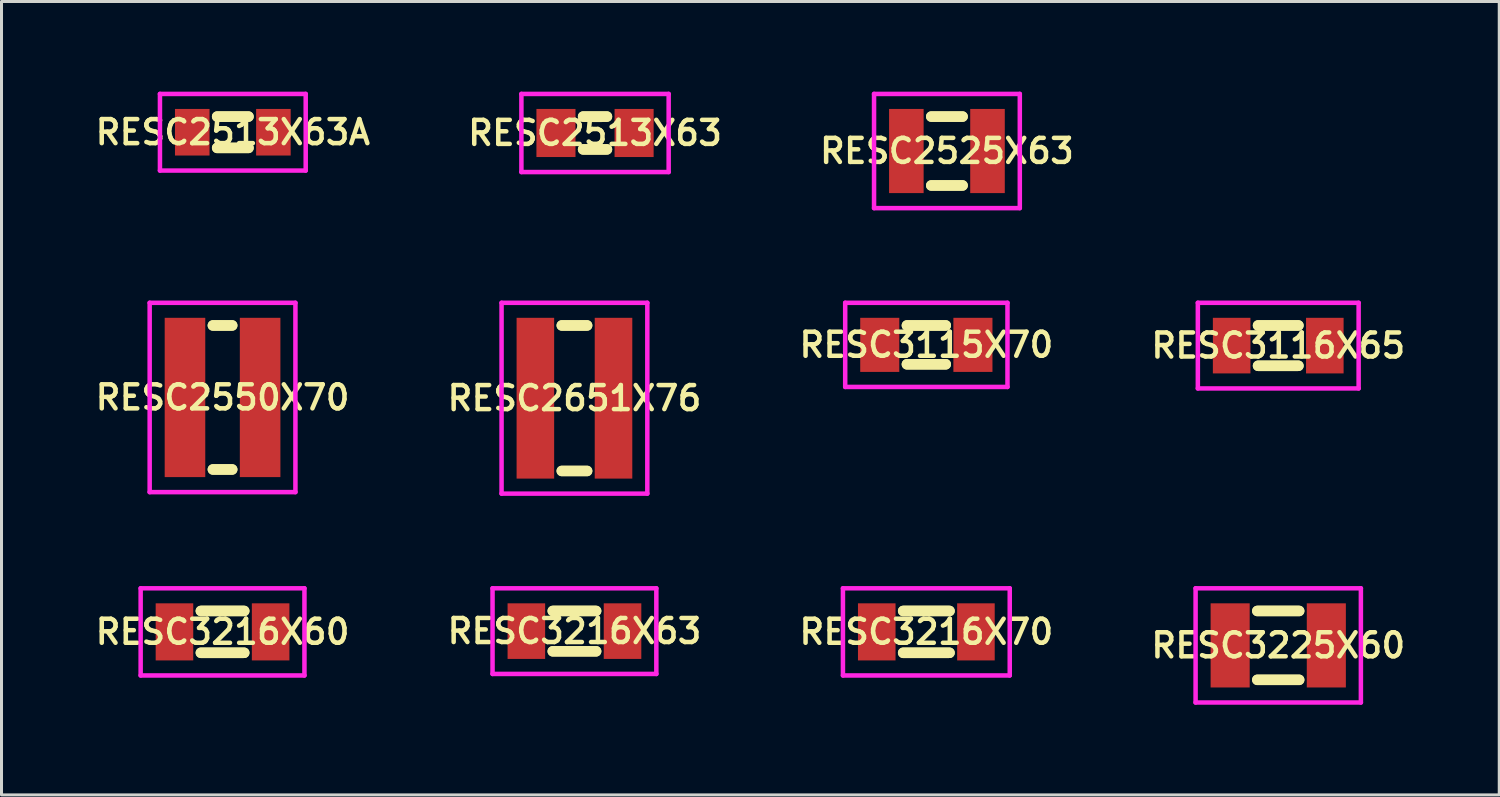
<source format=kicad_pcb>
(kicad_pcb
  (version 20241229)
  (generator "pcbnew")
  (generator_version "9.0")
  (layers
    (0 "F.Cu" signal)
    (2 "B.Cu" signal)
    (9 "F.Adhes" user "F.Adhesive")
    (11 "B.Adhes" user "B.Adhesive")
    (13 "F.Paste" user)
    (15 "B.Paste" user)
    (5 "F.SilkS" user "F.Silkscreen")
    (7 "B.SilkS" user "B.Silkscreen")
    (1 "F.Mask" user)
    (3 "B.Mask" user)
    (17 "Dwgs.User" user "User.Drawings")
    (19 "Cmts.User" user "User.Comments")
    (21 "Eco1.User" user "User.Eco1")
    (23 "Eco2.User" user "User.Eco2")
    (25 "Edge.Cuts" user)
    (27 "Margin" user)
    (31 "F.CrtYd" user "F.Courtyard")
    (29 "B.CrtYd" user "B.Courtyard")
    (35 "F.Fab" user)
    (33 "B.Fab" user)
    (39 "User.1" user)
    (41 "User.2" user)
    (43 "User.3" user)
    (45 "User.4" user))
  (footprint "RESC2513X63"
    (layer "F.Cu")
    (at 16.749 1.375)
    (property "Reference" "RESC2513X63" (at 0 0 0) (layer "F.SilkS") (effects (font (size 0.8 0.8) (thickness 0.15))))
    (attr smd)
    (fp_line (start -0.396 -0.546) (end 0.396 -0.546) (stroke (width 0.35) (type solid)) (layer "F.SilkS"))
    (fp_line (start -0.396 0.546) (end 0.396 0.546) (stroke (width 0.35) (type solid)) (layer "F.SilkS"))
    (fp_line (start 0.396 -0.546) (end -0.396 -0.546) (stroke (width 0.35) (type solid)) (layer "F.SilkS"))
    (fp_line (start 0.396 0.546) (end -0.396 0.546) (stroke (width 0.35) (type solid)) (layer "F.SilkS"))
    (fp_line (start -2.45 -1.3) (end 2.45 -1.3) (stroke (width 0.15) (type solid)) (layer "F.CrtYd"))
    (fp_line (start -2.45 1.3) (end -2.45 -1.3) (stroke (width 0.15) (type solid)) (layer "F.CrtYd"))
    (fp_line (start 2.45 -1.3) (end 2.45 1.3) (stroke (width 0.15) (type solid)) (layer "F.CrtYd"))
    (fp_line (start 2.45 1.3) (end -2.45 1.3) (stroke (width 0.15) (type solid)) (layer "F.CrtYd"))
    (pad "1" smd rect (at -1.3 0) (size 1.3 1.6) (layers "F.Cu" "F.Mask" "F.Paste"))
    (pad "2" smd rect (at 1.3 0) (size 1.3 1.6) (layers "F.Cu" "F.Mask" "F.Paste")))
  (footprint "RESC3216X70"
    (layer "F.Cu")
    (at 27.773 17.975)
    (property "Reference" "RESC3216X70" (at 0 0 0) (layer "F.SilkS") (effects (font (size 0.8 0.8) (thickness 0.15))))
    (attr smd)
    (fp_line (start -0.771 -0.696) (end 0.771 -0.696) (stroke (width 0.35) (type solid)) (layer "F.SilkS"))
    (fp_line (start -0.771 0.696) (end 0.771 0.696) (stroke (width 0.35) (type solid)) (layer "F.SilkS"))
    (fp_line (start 0.771 -0.696) (end -0.771 -0.696) (stroke (width 0.35) (type solid)) (layer "F.SilkS"))
    (fp_line (start 0.771 0.696) (end -0.771 0.696) (stroke (width 0.35) (type solid)) (layer "F.SilkS"))
    (fp_line (start -2.775 -1.45) (end 2.775 -1.45) (stroke (width 0.15) (type solid)) (layer "F.CrtYd"))
    (fp_line (start -2.775 1.45) (end -2.775 -1.45) (stroke (width 0.15) (type solid)) (layer "F.CrtYd"))
    (fp_line (start 2.775 -1.45) (end 2.775 1.45) (stroke (width 0.15) (type solid)) (layer "F.CrtYd"))
    (fp_line (start 2.775 1.45) (end -2.775 1.45) (stroke (width 0.15) (type solid)) (layer "F.CrtYd"))
    (pad "1" smd rect (at -1.65 0) (size 1.25 1.9) (layers "F.Cu" "F.Mask" "F.Paste"))
    (pad "2" smd rect (at 1.65 0) (size 1.25 1.9) (layers "F.Cu" "F.Mask" "F.Paste")))
  (footprint "RESC3116X65"
    (layer "F.Cu")
    (at 39.482 8.45)
    (property "Reference" "RESC3116X65" (at 0 0 0) (layer "F.SilkS") (effects (font (size 0.8 0.8) (thickness 0.15))))
    (attr smd)
    (fp_line (start -0.671 -0.671) (end 0.671 -0.671) (stroke (width 0.35) (type solid)) (layer "F.SilkS"))
    (fp_line (start -0.671 0.671) (end 0.671 0.671) (stroke (width 0.35) (type solid)) (layer "F.SilkS"))
    (fp_line (start 0.671 -0.671) (end -0.671 -0.671) (stroke (width 0.35) (type solid)) (layer "F.SilkS"))
    (fp_line (start 0.671 0.671) (end -0.671 0.671) (stroke (width 0.35) (type solid)) (layer "F.SilkS"))
    (fp_line (start -2.675 -1.425) (end 2.675 -1.425) (stroke (width 0.15) (type solid)) (layer "F.CrtYd"))
    (fp_line (start -2.675 1.425) (end -2.675 -1.425) (stroke (width 0.15) (type solid)) (layer "F.CrtYd"))
    (fp_line (start 2.675 -1.425) (end 2.675 1.425) (stroke (width 0.15) (type solid)) (layer "F.CrtYd"))
    (fp_line (start 2.675 1.425) (end -2.675 1.425) (stroke (width 0.15) (type solid)) (layer "F.CrtYd"))
    (pad "1" smd rect (at -1.55 0) (size 1.25 1.85) (layers "F.Cu" "F.Mask" "F.Paste"))
    (pad "2" smd rect (at 1.55 0) (size 1.25 1.85) (layers "F.Cu" "F.Mask" "F.Paste")))
  (footprint "RESC3115X70"
    (layer "F.Cu")
    (at 27.773 8.425)
    (property "Reference" "RESC3115X70" (at 0 0 0) (layer "F.SilkS") (effects (font (size 0.8 0.8) (thickness 0.15))))
    (attr smd)
    (fp_line (start -0.646 -0.646) (end 0.646 -0.646) (stroke (width 0.35) (type solid)) (layer "F.SilkS"))
    (fp_line (start -0.646 0.646) (end 0.646 0.646) (stroke (width 0.35) (type solid)) (layer "F.SilkS"))
    (fp_line (start 0.646 -0.646) (end -0.646 -0.646) (stroke (width 0.35) (type solid)) (layer "F.SilkS"))
    (fp_line (start 0.646 0.646) (end -0.646 0.646) (stroke (width 0.35) (type solid)) (layer "F.SilkS"))
    (fp_line (start -2.7 -1.4) (end 2.7 -1.4) (stroke (width 0.15) (type solid)) (layer "F.CrtYd"))
    (fp_line (start -2.7 1.4) (end -2.7 -1.4) (stroke (width 0.15) (type solid)) (layer "F.CrtYd"))
    (fp_line (start 2.7 -1.4) (end 2.7 1.4) (stroke (width 0.15) (type solid)) (layer "F.CrtYd"))
    (fp_line (start 2.7 1.4) (end -2.7 1.4) (stroke (width 0.15) (type solid)) (layer "F.CrtYd"))
    (pad "1" smd rect (at -1.55 0) (size 1.3 1.8) (layers "F.Cu" "F.Mask" "F.Paste"))
    (pad "2" smd rect (at 1.55 0) (size 1.3 1.8) (layers "F.Cu" "F.Mask" "F.Paste")))
  (footprint "RESC3216X60"
    (layer "F.Cu")
    (at 4.355 17.975)
    (property "Reference" "RESC3216X60" (at 0 0 0) (layer "F.SilkS") (effects (font (size 0.8 0.8) (thickness 0.15))))
    (attr smd)
    (fp_line (start -0.721 -0.696) (end 0.721 -0.696) (stroke (width 0.35) (type solid)) (layer "F.SilkS"))
    (fp_line (start -0.721 0.696) (end 0.721 0.696) (stroke (width 0.35) (type solid)) (layer "F.SilkS"))
    (fp_line (start 0.721 -0.696) (end -0.721 -0.696) (stroke (width 0.35) (type solid)) (layer "F.SilkS"))
    (fp_line (start 0.721 0.696) (end -0.721 0.696) (stroke (width 0.35) (type solid)) (layer "F.SilkS"))
    (fp_line (start -2.725 -1.45) (end 2.725 -1.45) (stroke (width 0.15) (type solid)) (layer "F.CrtYd"))
    (fp_line (start -2.725 1.45) (end -2.725 -1.45) (stroke (width 0.15) (type solid)) (layer "F.CrtYd"))
    (fp_line (start 2.725 -1.45) (end 2.725 1.45) (stroke (width 0.15) (type solid)) (layer "F.CrtYd"))
    (fp_line (start 2.725 1.45) (end -2.725 1.45) (stroke (width 0.15) (type solid)) (layer "F.CrtYd"))
    (pad "1" smd rect (at -1.6 0) (size 1.25 1.9) (layers "F.Cu" "F.Mask" "F.Paste"))
    (pad "2" smd rect (at 1.6 0) (size 1.25 1.9) (layers "F.Cu" "F.Mask" "F.Paste")))
  (footprint "RESC2651X76"
    (layer "F.Cu")
    (at 16.064 10.2)
    (property "Reference" "RESC2651X76" (at 0 0 0) (layer "F.SilkS") (effects (font (size 0.8 0.8) (thickness 0.15))))
    (attr smd)
    (fp_line (start -0.421 -2.421) (end 0.421 -2.421) (stroke (width 0.35) (type solid)) (layer "F.SilkS"))
    (fp_line (start -0.421 2.421) (end 0.421 2.421) (stroke (width 0.35) (type solid)) (layer "F.SilkS"))
    (fp_line (start 0.421 -2.421) (end -0.421 -2.421) (stroke (width 0.35) (type solid)) (layer "F.SilkS"))
    (fp_line (start 0.421 2.421) (end -0.421 2.421) (stroke (width 0.35) (type solid)) (layer "F.SilkS"))
    (fp_line (start -2.425 -3.175) (end 2.425 -3.175) (stroke (width 0.15) (type solid)) (layer "F.CrtYd"))
    (fp_line (start -2.425 3.175) (end -2.425 -3.175) (stroke (width 0.15) (type solid)) (layer "F.CrtYd"))
    (fp_line (start 2.425 -3.175) (end 2.425 3.175) (stroke (width 0.15) (type solid)) (layer "F.CrtYd"))
    (fp_line (start 2.425 3.175) (end -2.425 3.175) (stroke (width 0.15) (type solid)) (layer "F.CrtYd"))
    (pad "1" smd rect (at -1.3 0) (size 1.25 5.35) (layers "F.Cu" "F.Mask" "F.Paste"))
    (pad "2" smd rect (at 1.3 0) (size 1.25 5.35) (layers "F.Cu" "F.Mask" "F.Paste")))
  (footprint "RESC2550X70"
    (layer "F.Cu")
    (at 4.355 10.175)
    (property "Reference" "RESC2550X70" (at 0 0 0) (layer "F.SilkS") (effects (font (size 0.8 0.8) (thickness 0.15))))
    (attr smd)
    (fp_line (start -0.321 -2.396) (end 0.321 -2.396) (stroke (width 0.35) (type solid)) (layer "F.SilkS"))
    (fp_line (start -0.321 2.396) (end 0.321 2.396) (stroke (width 0.35) (type solid)) (layer "F.SilkS"))
    (fp_line (start 0.321 -2.396) (end -0.321 -2.396) (stroke (width 0.35) (type solid)) (layer "F.SilkS"))
    (fp_line (start 0.321 2.396) (end -0.321 2.396) (stroke (width 0.35) (type solid)) (layer "F.SilkS"))
    (fp_line (start -2.425 -3.15) (end 2.425 -3.15) (stroke (width 0.15) (type solid)) (layer "F.CrtYd"))
    (fp_line (start -2.425 3.15) (end -2.425 -3.15) (stroke (width 0.15) (type solid)) (layer "F.CrtYd"))
    (fp_line (start 2.425 -3.15) (end 2.425 3.15) (stroke (width 0.15) (type solid)) (layer "F.CrtYd"))
    (fp_line (start 2.425 3.15) (end -2.425 3.15) (stroke (width 0.15) (type solid)) (layer "F.CrtYd"))
    (pad "1" smd rect (at -1.25 0) (size 1.35 5.3) (layers "F.Cu" "F.Mask" "F.Paste"))
    (pad "2" smd rect (at 1.25 0) (size 1.35 5.3) (layers "F.Cu" "F.Mask" "F.Paste")))
  (footprint "RESC3216X63"
    (layer "F.Cu")
    (at 16.064 17.95)
    (property "Reference" "RESC3216X63" (at 0 0 0) (layer "F.SilkS") (effects (font (size 0.8 0.8) (thickness 0.15))))
    (attr smd)
    (fp_line (start -0.721 -0.671) (end 0.721 -0.671) (stroke (width 0.35) (type solid)) (layer "F.SilkS"))
    (fp_line (start -0.721 0.671) (end 0.721 0.671) (stroke (width 0.35) (type solid)) (layer "F.SilkS"))
    (fp_line (start 0.721 -0.671) (end -0.721 -0.671) (stroke (width 0.35) (type solid)) (layer "F.SilkS"))
    (fp_line (start 0.721 0.671) (end -0.721 0.671) (stroke (width 0.35) (type solid)) (layer "F.SilkS"))
    (fp_line (start -2.725 -1.425) (end 2.725 -1.425) (stroke (width 0.15) (type solid)) (layer "F.CrtYd"))
    (fp_line (start -2.725 1.425) (end -2.725 -1.425) (stroke (width 0.15) (type solid)) (layer "F.CrtYd"))
    (fp_line (start 2.725 -1.425) (end 2.725 1.425) (stroke (width 0.15) (type solid)) (layer "F.CrtYd"))
    (fp_line (start 2.725 1.425) (end -2.725 1.425) (stroke (width 0.15) (type solid)) (layer "F.CrtYd"))
    (pad "1" smd rect (at -1.6 0) (size 1.25 1.85) (layers "F.Cu" "F.Mask" "F.Paste"))
    (pad "2" smd rect (at 1.6 0) (size 1.25 1.85) (layers "F.Cu" "F.Mask" "F.Paste")))
  (footprint "RESC3225X60"
    (layer "F.Cu")
    (at 39.482 18.425)
    (property "Reference" "RESC3225X60" (at 0 0 0) (layer "F.SilkS") (effects (font (size 0.8 0.8) (thickness 0.15))))
    (attr smd)
    (fp_line (start -0.696 -1.146) (end 0.696 -1.146) (stroke (width 0.35) (type solid)) (layer "F.SilkS"))
    (fp_line (start -0.696 1.146) (end 0.696 1.146) (stroke (width 0.35) (type solid)) (layer "F.SilkS"))
    (fp_line (start 0.696 -1.146) (end -0.696 -1.146) (stroke (width 0.35) (type solid)) (layer "F.SilkS"))
    (fp_line (start 0.696 1.146) (end -0.696 1.146) (stroke (width 0.35) (type solid)) (layer "F.SilkS"))
    (fp_line (start -2.75 -1.9) (end 2.75 -1.9) (stroke (width 0.15) (type solid)) (layer "F.CrtYd"))
    (fp_line (start -2.75 1.9) (end -2.75 -1.9) (stroke (width 0.15) (type solid)) (layer "F.CrtYd"))
    (fp_line (start 2.75 -1.9) (end 2.75 1.9) (stroke (width 0.15) (type solid)) (layer "F.CrtYd"))
    (fp_line (start 2.75 1.9) (end -2.75 1.9) (stroke (width 0.15) (type solid)) (layer "F.CrtYd"))
    (pad "1" smd rect (at -1.6 0) (size 1.3 2.8) (layers "F.Cu" "F.Mask" "F.Paste"))
    (pad "2" smd rect (at 1.6 0) (size 1.3 2.8) (layers "F.Cu" "F.Mask" "F.Paste")))
  (footprint "RESC2513X63A"
    (layer "F.Cu")
    (at 4.697 1.35)
    (property "Reference" "RESC2513X63A" (at 0 0 0) (layer "F.SilkS") (effects (font (size 0.8 0.8) (thickness 0.15))))
    (attr smd)
    (fp_line (start -0.521 -0.521) (end 0.521 -0.521) (stroke (width 0.35) (type solid)) (layer "F.SilkS"))
    (fp_line (start -0.521 0.521) (end 0.521 0.521) (stroke (width 0.35) (type solid)) (layer "F.SilkS"))
    (fp_line (start 0.521 -0.521) (end -0.521 -0.521) (stroke (width 0.35) (type solid)) (layer "F.SilkS"))
    (fp_line (start 0.521 0.521) (end -0.521 0.521) (stroke (width 0.35) (type solid)) (layer "F.SilkS"))
    (fp_line (start -2.425 -1.275) (end 2.425 -1.275) (stroke (width 0.15) (type solid)) (layer "F.CrtYd"))
    (fp_line (start -2.425 1.275) (end -2.425 -1.275) (stroke (width 0.15) (type solid)) (layer "F.CrtYd"))
    (fp_line (start 2.425 -1.275) (end 2.425 1.275) (stroke (width 0.15) (type solid)) (layer "F.CrtYd"))
    (fp_line (start 2.425 1.275) (end -2.425 1.275) (stroke (width 0.15) (type solid)) (layer "F.CrtYd"))
    (pad "1" smd rect (at -1.35 0) (size 1.15 1.55) (layers "F.Cu" "F.Mask" "F.Paste"))
    (pad "2" smd rect (at 1.35 0) (size 1.15 1.55) (layers "F.Cu" "F.Mask" "F.Paste")))
  (footprint "RESC2525X63"
    (layer "F.Cu")
    (at 28.458 1.975)
    (property "Reference" "RESC2525X63" (at 0 0 0) (layer "F.SilkS") (effects (font (size 0.8 0.8) (thickness 0.15))))
    (attr smd)
    (fp_line (start -0.521 -1.146) (end 0.521 -1.146) (stroke (width 0.35) (type solid)) (layer "F.SilkS"))
    (fp_line (start -0.521 1.146) (end 0.521 1.146) (stroke (width 0.35) (type solid)) (layer "F.SilkS"))
    (fp_line (start 0.521 -1.146) (end -0.521 -1.146) (stroke (width 0.35) (type solid)) (layer "F.SilkS"))
    (fp_line (start 0.521 1.146) (end -0.521 1.146) (stroke (width 0.35) (type solid)) (layer "F.SilkS"))
    (fp_line (start -2.425 -1.9) (end 2.425 -1.9) (stroke (width 0.15) (type solid)) (layer "F.CrtYd"))
    (fp_line (start -2.425 1.9) (end -2.425 -1.9) (stroke (width 0.15) (type solid)) (layer "F.CrtYd"))
    (fp_line (start 2.425 -1.9) (end 2.425 1.9) (stroke (width 0.15) (type solid)) (layer "F.CrtYd"))
    (fp_line (start 2.425 1.9) (end -2.425 1.9) (stroke (width 0.15) (type solid)) (layer "F.CrtYd"))
    (pad "1" smd rect (at -1.35 0) (size 1.15 2.8) (layers "F.Cu" "F.Mask" "F.Paste"))
    (pad "2" smd rect (at 1.35 0) (size 1.15 2.8) (layers "F.Cu" "F.Mask" "F.Paste")))
  (gr_rect
    (start -3 -3)
    (end 46.836 23.4)
    (stroke (width 0.1) (type default))
    (fill no)
    (layer "Edge.Cuts")))
</source>
